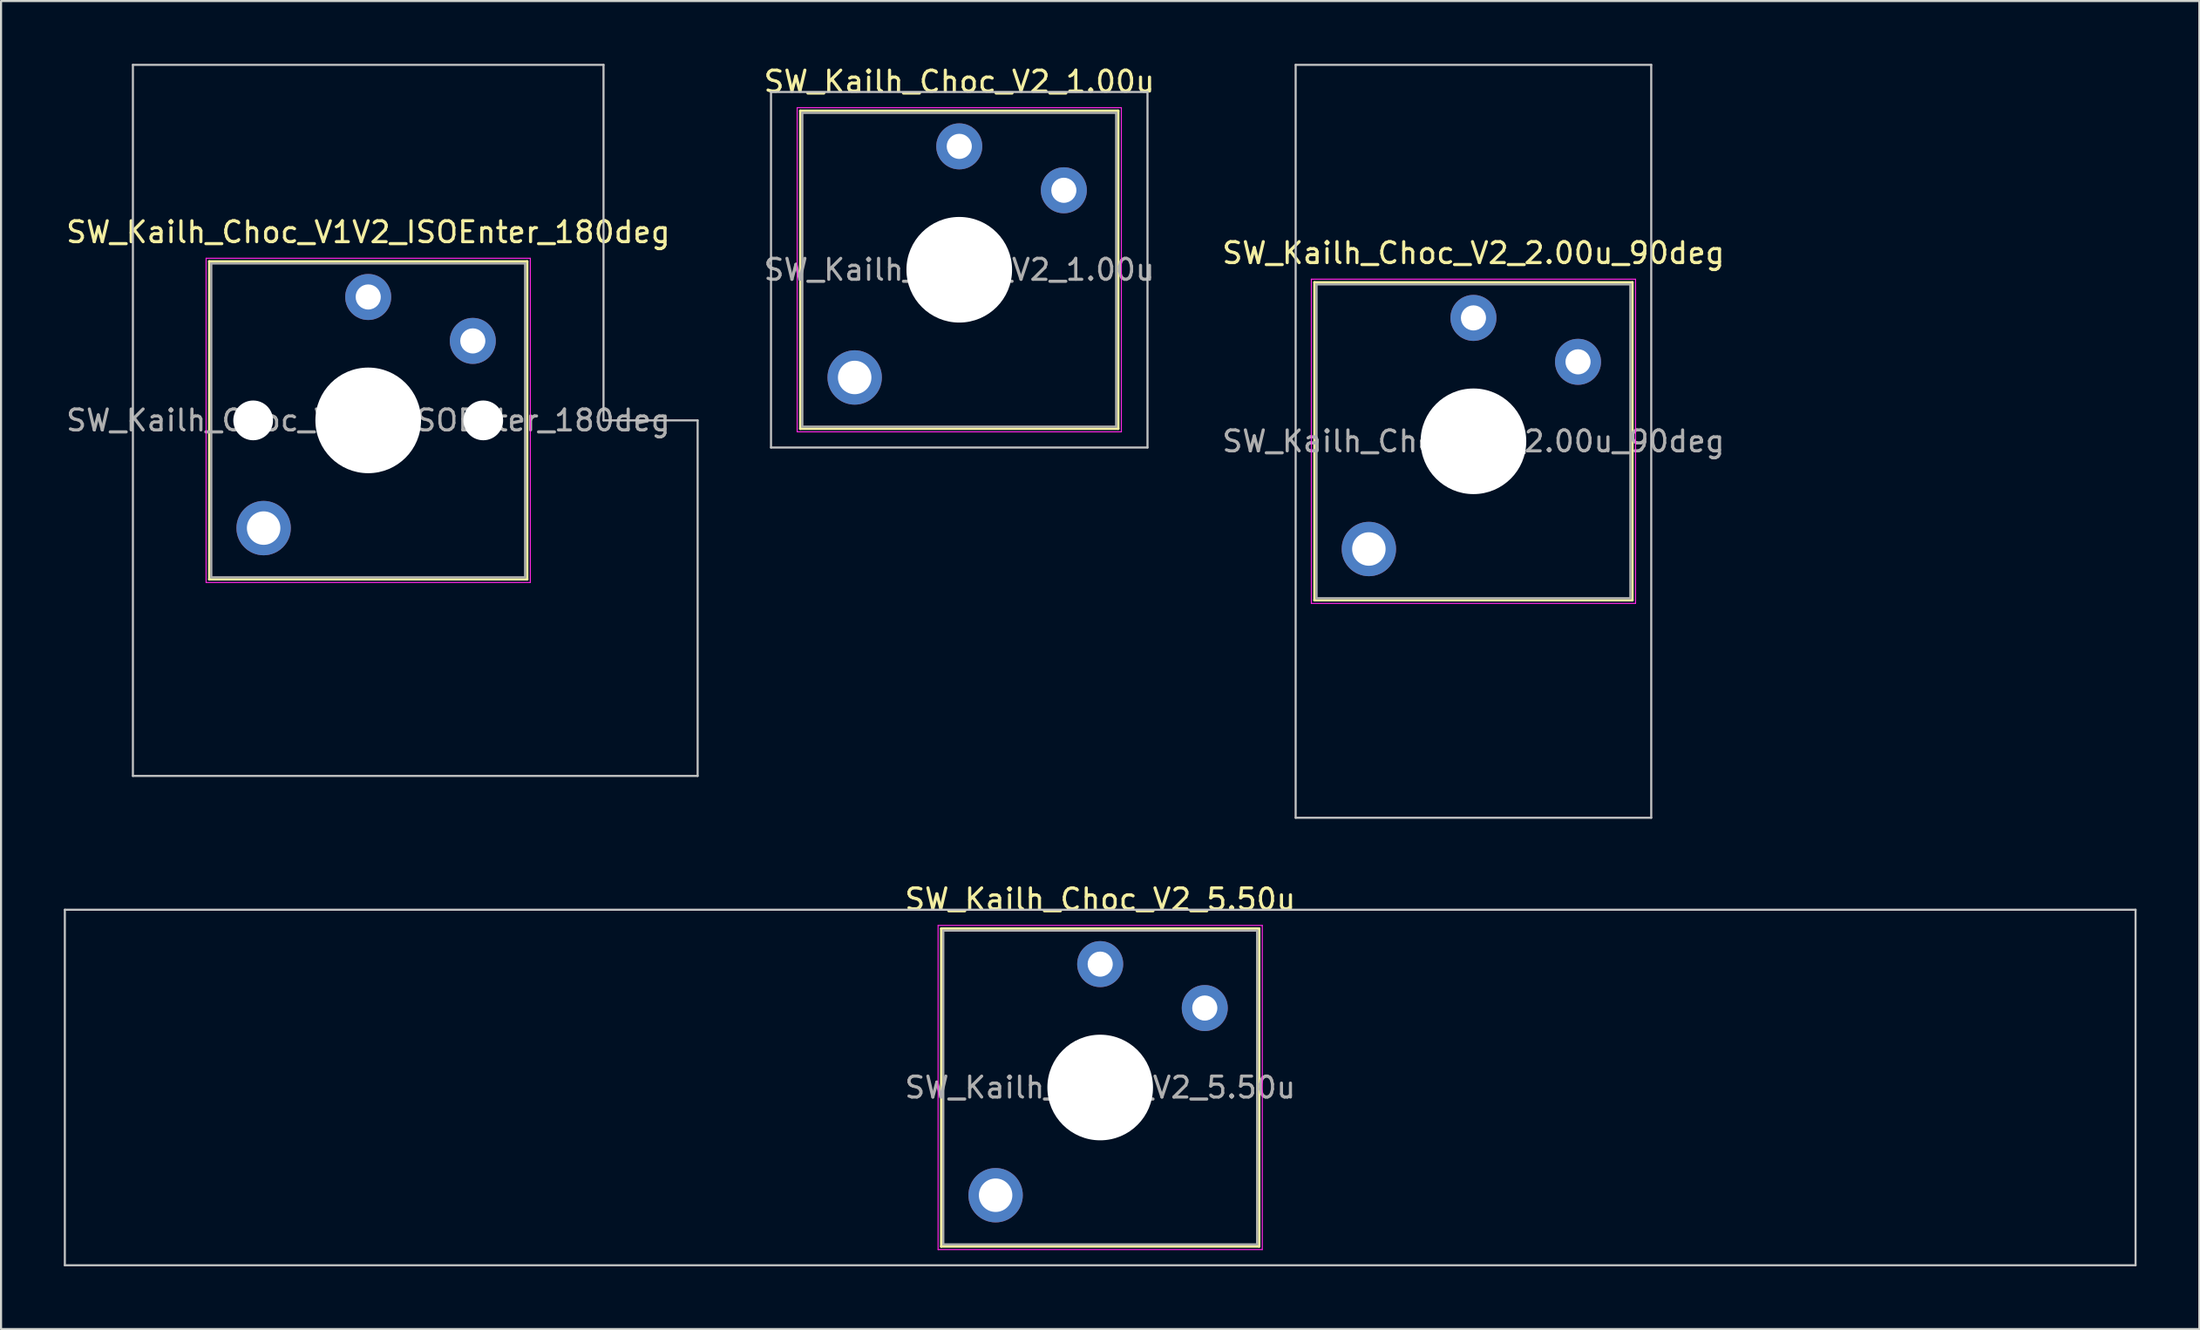
<source format=kicad_pcb>
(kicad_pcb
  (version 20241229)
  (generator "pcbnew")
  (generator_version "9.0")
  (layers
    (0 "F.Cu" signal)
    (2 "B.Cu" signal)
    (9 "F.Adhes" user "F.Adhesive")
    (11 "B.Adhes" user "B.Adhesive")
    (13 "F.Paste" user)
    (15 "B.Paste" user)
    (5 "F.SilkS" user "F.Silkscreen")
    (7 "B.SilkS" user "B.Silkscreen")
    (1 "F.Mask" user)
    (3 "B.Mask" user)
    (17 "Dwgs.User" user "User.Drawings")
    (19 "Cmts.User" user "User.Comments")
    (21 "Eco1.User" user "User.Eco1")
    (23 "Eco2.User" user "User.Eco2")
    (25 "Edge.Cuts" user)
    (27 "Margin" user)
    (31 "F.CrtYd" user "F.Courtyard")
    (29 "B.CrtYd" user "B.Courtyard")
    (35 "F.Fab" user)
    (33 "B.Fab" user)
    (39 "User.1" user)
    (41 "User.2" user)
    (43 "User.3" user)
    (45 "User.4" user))
  (footprint "SW_Kailh_Choc_V1V2_ISOEnter_180deg"
    (layer "F.Cu")
    (at 14.554 17.05)
    (property "Reference" "SW_Kailh_Choc_V1V2_ISOEnter_180deg" (at 0 -9 0) (layer "F.SilkS") (effects (font (size 1 1) (thickness 0.15))))
    (attr through_hole)
    (fp_line (start -7.6 -7.6) (end -7.6 7.6) (stroke (width 0.12) (type solid)) (layer "F.SilkS"))
    (fp_line (start -7.6 7.6) (end 7.6 7.6) (stroke (width 0.12) (type solid)) (layer "F.SilkS"))
    (fp_line (start 7.6 -7.6) (end -7.6 -7.6) (stroke (width 0.12) (type solid)) (layer "F.SilkS"))
    (fp_line (start 7.6 7.6) (end 7.6 -7.6) (stroke (width 0.12) (type solid)) (layer "F.SilkS"))
    (fp_line (start -11.25 -17) (end -11.25 17) (stroke (width 0.1) (type solid)) (layer "Dwgs.User"))
    (fp_line (start -11.25 17) (end 15.75 17) (stroke (width 0.1) (type solid)) (layer "Dwgs.User"))
    (fp_line (start 11.25 -17) (end -11.25 -17) (stroke (width 0.1) (type solid)) (layer "Dwgs.User"))
    (fp_line (start 11.25 0) (end 11.25 -17) (stroke (width 0.1) (type solid)) (layer "Dwgs.User"))
    (fp_line (start 15.75 0) (end 11.25 0) (stroke (width 0.1) (type solid)) (layer "Dwgs.User"))
    (fp_line (start 15.75 17) (end 15.75 0) (stroke (width 0.1) (type solid)) (layer "Dwgs.User"))
    (fp_line (start -7.25 -7.25) (end -7.25 7.25) (stroke (width 0.1) (type solid)) (layer "Eco1.User"))
    (fp_line (start -7.25 7.25) (end 7.25 7.25) (stroke (width 0.1) (type solid)) (layer "Eco1.User"))
    (fp_line (start 7.25 -7.25) (end -7.25 -7.25) (stroke (width 0.1) (type solid)) (layer "Eco1.User"))
    (fp_line (start 7.25 7.25) (end 7.25 -7.25) (stroke (width 0.1) (type solid)) (layer "Eco1.User"))
    (fp_line (start -7.75 -7.75) (end -7.75 7.75) (stroke (width 0.05) (type solid)) (layer "F.CrtYd"))
    (fp_line (start -7.75 7.75) (end 7.75 7.75) (stroke (width 0.05) (type solid)) (layer "F.CrtYd"))
    (fp_line (start 7.75 -7.75) (end -7.75 -7.75) (stroke (width 0.05) (type solid)) (layer "F.CrtYd"))
    (fp_line (start 7.75 7.75) (end 7.75 -7.75) (stroke (width 0.05) (type solid)) (layer "F.CrtYd"))
    (fp_line (start -7.5 -7.5) (end -7.5 7.5) (stroke (width 0.1) (type solid)) (layer "F.Fab"))
    (fp_line (start -7.5 7.5) (end 7.5 7.5) (stroke (width 0.1) (type solid)) (layer "F.Fab"))
    (fp_line (start 7.5 -7.5) (end -7.5 -7.5) (stroke (width 0.1) (type solid)) (layer "F.Fab"))
    (fp_line (start 7.5 7.5) (end 7.5 -7.5) (stroke (width 0.1) (type solid)) (layer "F.Fab"))
    (fp_text user "${REFERENCE}" (at 0 0 0) (layer "F.Fab") (effects (font (size 1 1) (thickness 0.15))))
    (pad "" np_thru_hole circle (at -5.5 0) (size 1.9 1.9) (drill 1.9) (layers "*.Cu" "*.Mask"))
    (pad "" thru_hole circle (at -5 5.15) (size 2.6 2.6) (drill 1.6) (layers "*.Cu" "*.Mask"))
    (pad "" np_thru_hole circle (at 0 0) (size 5.05 5.05) (drill 5.05) (layers "*.Cu" "*.Mask"))
    (pad "" np_thru_hole circle (at 5.5 0) (size 1.9 1.9) (drill 1.9) (layers "*.Cu" "*.Mask"))
    (pad "1" thru_hole circle (at 0 -5.9) (size 2.2 2.2) (drill 1.2) (layers "*.Cu" "*.Mask"))
    (pad "2" thru_hole circle (at 5 -3.8) (size 2.2 2.2) (drill 1.2) (layers "*.Cu" "*.Mask")))
  (footprint "SW_Kailh_Choc_V2_5.50u"
    (layer "F.Cu")
    (at 49.55 48.948)
    (property "Reference" "SW_Kailh_Choc_V2_5.50u" (at 0 -9 0) (layer "F.SilkS") (effects (font (size 1 1) (thickness 0.15))))
    (attr through_hole)
    (fp_line (start -7.6 -7.6) (end -7.6 7.6) (stroke (width 0.12) (type solid)) (layer "F.SilkS"))
    (fp_line (start -7.6 7.6) (end 7.6 7.6) (stroke (width 0.12) (type solid)) (layer "F.SilkS"))
    (fp_line (start 7.6 -7.6) (end -7.6 -7.6) (stroke (width 0.12) (type solid)) (layer "F.SilkS"))
    (fp_line (start 7.6 7.6) (end 7.6 -7.6) (stroke (width 0.12) (type solid)) (layer "F.SilkS"))
    (fp_line (start -49.5 -8.5) (end -49.5 8.5) (stroke (width 0.1) (type solid)) (layer "Dwgs.User"))
    (fp_line (start -49.5 8.5) (end 49.5 8.5) (stroke (width 0.1) (type solid)) (layer "Dwgs.User"))
    (fp_line (start 49.5 -8.5) (end -49.5 -8.5) (stroke (width 0.1) (type solid)) (layer "Dwgs.User"))
    (fp_line (start 49.5 8.5) (end 49.5 -8.5) (stroke (width 0.1) (type solid)) (layer "Dwgs.User"))
    (fp_line (start -7.25 -7.25) (end -7.25 7.25) (stroke (width 0.1) (type solid)) (layer "Eco1.User"))
    (fp_line (start -7.25 7.25) (end 7.25 7.25) (stroke (width 0.1) (type solid)) (layer "Eco1.User"))
    (fp_line (start 7.25 -7.25) (end -7.25 -7.25) (stroke (width 0.1) (type solid)) (layer "Eco1.User"))
    (fp_line (start 7.25 7.25) (end 7.25 -7.25) (stroke (width 0.1) (type solid)) (layer "Eco1.User"))
    (fp_line (start -7.75 -7.75) (end -7.75 7.75) (stroke (width 0.05) (type solid)) (layer "F.CrtYd"))
    (fp_line (start -7.75 7.75) (end 7.75 7.75) (stroke (width 0.05) (type solid)) (layer "F.CrtYd"))
    (fp_line (start 7.75 -7.75) (end -7.75 -7.75) (stroke (width 0.05) (type solid)) (layer "F.CrtYd"))
    (fp_line (start 7.75 7.75) (end 7.75 -7.75) (stroke (width 0.05) (type solid)) (layer "F.CrtYd"))
    (fp_line (start -7.5 -7.5) (end -7.5 7.5) (stroke (width 0.1) (type solid)) (layer "F.Fab"))
    (fp_line (start -7.5 7.5) (end 7.5 7.5) (stroke (width 0.1) (type solid)) (layer "F.Fab"))
    (fp_line (start 7.5 -7.5) (end -7.5 -7.5) (stroke (width 0.1) (type solid)) (layer "F.Fab"))
    (fp_line (start 7.5 7.5) (end 7.5 -7.5) (stroke (width 0.1) (type solid)) (layer "F.Fab"))
    (fp_text user "${REFERENCE}" (at 0 0 0) (layer "F.Fab") (effects (font (size 1 1) (thickness 0.15))))
    (pad "" thru_hole circle (at -5 5.15) (size 2.6 2.6) (drill 1.6) (layers "*.Cu" "*.Mask"))
    (pad "" np_thru_hole circle (at 0 0) (size 5.05 5.05) (drill 5.05) (layers "*.Cu" "*.Mask"))
    (pad "1" thru_hole circle (at 0 -5.9) (size 2.2 2.2) (drill 1.2) (layers "*.Cu" "*.Mask"))
    (pad "2" thru_hole circle (at 5 -3.8) (size 2.2 2.2) (drill 1.2) (layers "*.Cu" "*.Mask")))
  (footprint "SW_Kailh_Choc_V2_2.00u_90deg"
    (layer "F.Cu")
    (at 67.395 18.05)
    (property "Reference" "SW_Kailh_Choc_V2_2.00u_90deg" (at 0 -9 0) (layer "F.SilkS") (effects (font (size 1 1) (thickness 0.15))))
    (attr through_hole)
    (fp_line (start -7.6 -7.6) (end -7.6 7.6) (stroke (width 0.12) (type solid)) (layer "F.SilkS"))
    (fp_line (start -7.6 7.6) (end 7.6 7.6) (stroke (width 0.12) (type solid)) (layer "F.SilkS"))
    (fp_line (start 7.6 -7.6) (end -7.6 -7.6) (stroke (width 0.12) (type solid)) (layer "F.SilkS"))
    (fp_line (start 7.6 7.6) (end 7.6 -7.6) (stroke (width 0.12) (type solid)) (layer "F.SilkS"))
    (fp_line (start -8.5 -18) (end 8.5 -18) (stroke (width 0.1) (type solid)) (layer "Dwgs.User"))
    (fp_line (start -8.5 18) (end -8.5 -18) (stroke (width 0.1) (type solid)) (layer "Dwgs.User"))
    (fp_line (start 8.5 -18) (end 8.5 18) (stroke (width 0.1) (type solid)) (layer "Dwgs.User"))
    (fp_line (start 8.5 18) (end -8.5 18) (stroke (width 0.1) (type solid)) (layer "Dwgs.User"))
    (fp_line (start -7.25 -7.25) (end -7.25 7.25) (stroke (width 0.1) (type solid)) (layer "Eco1.User"))
    (fp_line (start -7.25 7.25) (end 7.25 7.25) (stroke (width 0.1) (type solid)) (layer "Eco1.User"))
    (fp_line (start 7.25 -7.25) (end -7.25 -7.25) (stroke (width 0.1) (type solid)) (layer "Eco1.User"))
    (fp_line (start 7.25 7.25) (end 7.25 -7.25) (stroke (width 0.1) (type solid)) (layer "Eco1.User"))
    (fp_line (start -7.75 -7.75) (end -7.75 7.75) (stroke (width 0.05) (type solid)) (layer "F.CrtYd"))
    (fp_line (start -7.75 7.75) (end 7.75 7.75) (stroke (width 0.05) (type solid)) (layer "F.CrtYd"))
    (fp_line (start 7.75 -7.75) (end -7.75 -7.75) (stroke (width 0.05) (type solid)) (layer "F.CrtYd"))
    (fp_line (start 7.75 7.75) (end 7.75 -7.75) (stroke (width 0.05) (type solid)) (layer "F.CrtYd"))
    (fp_line (start -7.5 -7.5) (end -7.5 7.5) (stroke (width 0.1) (type solid)) (layer "F.Fab"))
    (fp_line (start -7.5 7.5) (end 7.5 7.5) (stroke (width 0.1) (type solid)) (layer "F.Fab"))
    (fp_line (start 7.5 -7.5) (end -7.5 -7.5) (stroke (width 0.1) (type solid)) (layer "F.Fab"))
    (fp_line (start 7.5 7.5) (end 7.5 -7.5) (stroke (width 0.1) (type solid)) (layer "F.Fab"))
    (fp_text user "${REFERENCE}" (at 0 0 0) (layer "F.Fab") (effects (font (size 1 1) (thickness 0.15))))
    (pad "" thru_hole circle (at -5 5.15) (size 2.6 2.6) (drill 1.6) (layers "*.Cu" "*.Mask"))
    (pad "" np_thru_hole circle (at 0 0) (size 5.05 5.05) (drill 5.05) (layers "*.Cu" "*.Mask"))
    (pad "1" thru_hole circle (at 0 -5.9) (size 2.2 2.2) (drill 1.2) (layers "*.Cu" "*.Mask"))
    (pad "2" thru_hole circle (at 5 -3.8) (size 2.2 2.2) (drill 1.2) (layers "*.Cu" "*.Mask")))
  (footprint "SW_Kailh_Choc_V2_1.00u"
    (layer "F.Cu")
    (at 42.812 9.848)
    (property "Reference" "SW_Kailh_Choc_V2_1.00u" (at 0 -9 0) (layer "F.SilkS") (effects (font (size 1 1) (thickness 0.15))))
    (attr through_hole)
    (fp_line (start -7.6 -7.6) (end -7.6 7.6) (stroke (width 0.12) (type solid)) (layer "F.SilkS"))
    (fp_line (start -7.6 7.6) (end 7.6 7.6) (stroke (width 0.12) (type solid)) (layer "F.SilkS"))
    (fp_line (start 7.6 -7.6) (end -7.6 -7.6) (stroke (width 0.12) (type solid)) (layer "F.SilkS"))
    (fp_line (start 7.6 7.6) (end 7.6 -7.6) (stroke (width 0.12) (type solid)) (layer "F.SilkS"))
    (fp_line (start -9 -8.5) (end -9 8.5) (stroke (width 0.1) (type solid)) (layer "Dwgs.User"))
    (fp_line (start -9 8.5) (end 9 8.5) (stroke (width 0.1) (type solid)) (layer "Dwgs.User"))
    (fp_line (start 9 -8.5) (end -9 -8.5) (stroke (width 0.1) (type solid)) (layer "Dwgs.User"))
    (fp_line (start 9 8.5) (end 9 -8.5) (stroke (width 0.1) (type solid)) (layer "Dwgs.User"))
    (fp_line (start -7.25 -7.25) (end -7.25 7.25) (stroke (width 0.1) (type solid)) (layer "Eco1.User"))
    (fp_line (start -7.25 7.25) (end 7.25 7.25) (stroke (width 0.1) (type solid)) (layer "Eco1.User"))
    (fp_line (start 7.25 -7.25) (end -7.25 -7.25) (stroke (width 0.1) (type solid)) (layer "Eco1.User"))
    (fp_line (start 7.25 7.25) (end 7.25 -7.25) (stroke (width 0.1) (type solid)) (layer "Eco1.User"))
    (fp_line (start -7.75 -7.75) (end -7.75 7.75) (stroke (width 0.05) (type solid)) (layer "F.CrtYd"))
    (fp_line (start -7.75 7.75) (end 7.75 7.75) (stroke (width 0.05) (type solid)) (layer "F.CrtYd"))
    (fp_line (start 7.75 -7.75) (end -7.75 -7.75) (stroke (width 0.05) (type solid)) (layer "F.CrtYd"))
    (fp_line (start 7.75 7.75) (end 7.75 -7.75) (stroke (width 0.05) (type solid)) (layer "F.CrtYd"))
    (fp_line (start -7.5 -7.5) (end -7.5 7.5) (stroke (width 0.1) (type solid)) (layer "F.Fab"))
    (fp_line (start -7.5 7.5) (end 7.5 7.5) (stroke (width 0.1) (type solid)) (layer "F.Fab"))
    (fp_line (start 7.5 -7.5) (end -7.5 -7.5) (stroke (width 0.1) (type solid)) (layer "F.Fab"))
    (fp_line (start 7.5 7.5) (end 7.5 -7.5) (stroke (width 0.1) (type solid)) (layer "F.Fab"))
    (fp_text user "${REFERENCE}" (at 0 0 0) (layer "F.Fab") (effects (font (size 1 1) (thickness 0.15))))
    (pad "" thru_hole circle (at -5 5.15) (size 2.6 2.6) (drill 1.6) (layers "*.Cu" "*.Mask"))
    (pad "" np_thru_hole circle (at 0 0) (size 5.05 5.05) (drill 5.05) (layers "*.Cu" "*.Mask"))
    (pad "1" thru_hole circle (at 0 -5.9) (size 2.2 2.2) (drill 1.2) (layers "*.Cu" "*.Mask"))
    (pad "2" thru_hole circle (at 5 -3.8) (size 2.2 2.2) (drill 1.2) (layers "*.Cu" "*.Mask")))
  (gr_rect
    (start -3 -3)
    (end 102.1 60.498)
    (stroke (width 0.1) (type default))
    (fill no)
    (layer "Edge.Cuts")))
</source>
